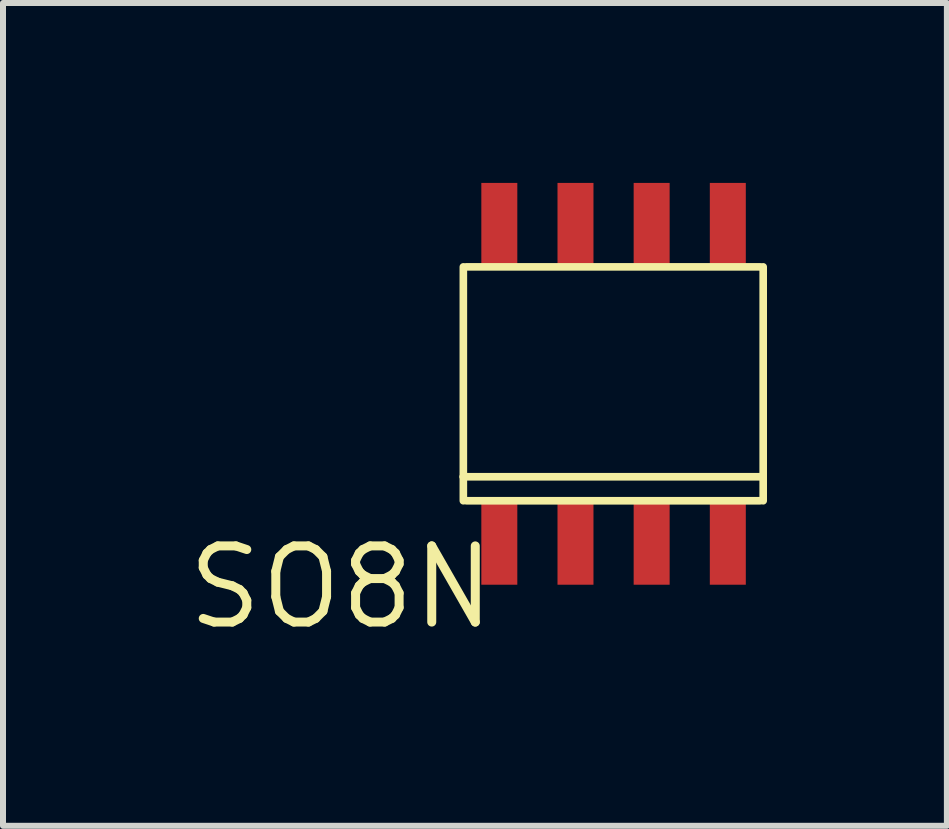
<source format=kicad_pcb>
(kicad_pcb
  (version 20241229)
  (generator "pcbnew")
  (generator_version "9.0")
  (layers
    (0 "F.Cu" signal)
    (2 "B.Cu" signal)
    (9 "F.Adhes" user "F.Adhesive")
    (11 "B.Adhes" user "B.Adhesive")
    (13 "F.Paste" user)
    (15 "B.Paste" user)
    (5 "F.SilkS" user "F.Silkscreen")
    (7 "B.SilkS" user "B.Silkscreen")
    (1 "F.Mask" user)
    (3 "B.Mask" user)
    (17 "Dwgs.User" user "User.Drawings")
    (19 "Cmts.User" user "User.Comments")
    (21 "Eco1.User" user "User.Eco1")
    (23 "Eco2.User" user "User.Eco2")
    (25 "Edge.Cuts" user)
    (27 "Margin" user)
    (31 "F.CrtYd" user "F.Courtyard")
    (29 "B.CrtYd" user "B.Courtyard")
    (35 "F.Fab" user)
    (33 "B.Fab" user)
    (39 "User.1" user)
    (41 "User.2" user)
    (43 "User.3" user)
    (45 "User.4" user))
  (footprint "SO8N"
    (layer "F.Cu")
    (at 5.276 6)
    (property "Reference" "SO8N" (at 0 0 0) (layer "F.SilkS") (effects (font (size 1.27 1.27) (thickness 0.15)) (justify right top)))
    (attr through_hole)
    (fp_line (start -0.6 -4.6) (end -0.6 -1.1) (stroke (width 0.127) (type solid)) (layer "F.SilkS"))
    (fp_line (start -0.6 -1.1) (end -0.6 -0.7) (stroke (width 0.127) (type solid)) (layer "F.SilkS"))
    (fp_line (start -0.6 -1.1) (end 4.4 -1.1) (stroke (width 0.127) (type solid)) (layer "F.SilkS"))
    (fp_line (start -0.55 -4.6) (end 4.35 -4.6) (stroke (width 0.127) (type solid)) (layer "F.SilkS"))
    (fp_line (start -0.55 -0.7) (end 4.35 -0.7) (stroke (width 0.127) (type solid)) (layer "F.SilkS"))
    (fp_line (start 4.4 -4.6) (end 4.4 -1.1) (stroke (width 0.127) (type solid)) (layer "F.SilkS"))
    (fp_line (start 4.4 -1.1) (end 4.4 -0.7) (stroke (width 0.127) (type solid)) (layer "F.SilkS"))
    (pad "1" smd rect (at 0 0 90) (size 1.4 0.6) (layers "F.Cu" "F.Mask" "F.Paste"))
    (pad "2" smd rect (at 1.27 0 90) (size 1.4 0.6) (layers "F.Cu" "F.Mask" "F.Paste"))
    (pad "3" smd rect (at 2.54 0 90) (size 1.4 0.6) (layers "F.Cu" "F.Mask" "F.Paste"))
    (pad "4" smd rect (at 3.81 0 90) (size 1.4 0.6) (layers "F.Cu" "F.Mask" "F.Paste"))
    (pad "5" smd rect (at 3.81 -5.3 90) (size 1.4 0.6) (layers "F.Cu" "F.Mask" "F.Paste"))
    (pad "6" smd rect (at 2.54 -5.3 90) (size 1.4 0.6) (layers "F.Cu" "F.Mask" "F.Paste"))
    (pad "7" smd rect (at 1.27 -5.3 90) (size 1.4 0.6) (layers "F.Cu" "F.Mask" "F.Paste"))
    (pad "8" smd rect (at 0 -5.3 90) (size 1.4 0.6) (layers "F.Cu" "F.Mask" "F.Paste")))
  (gr_rect
    (start -3 -3)
    (end 12.739 10.72)
    (stroke (width 0.1) (type default))
    (fill no)
    (layer "Edge.Cuts")))
</source>
